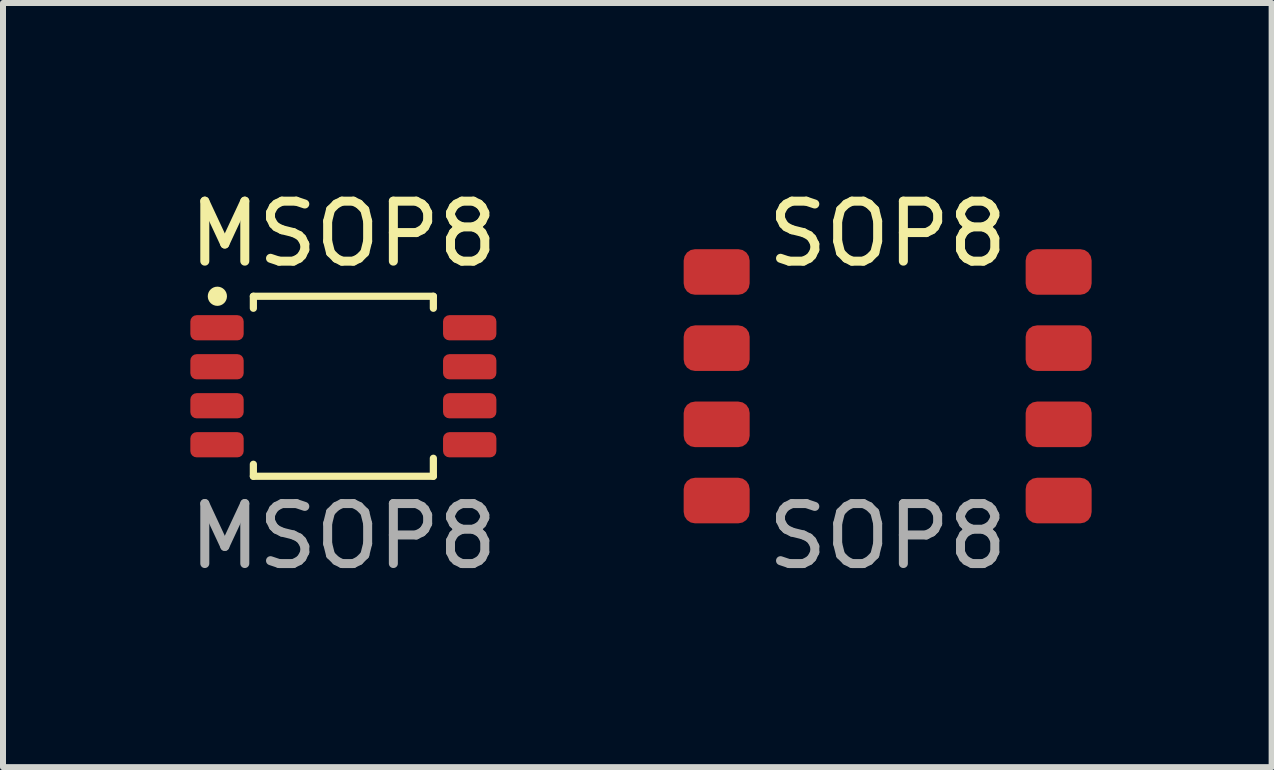
<source format=kicad_pcb>
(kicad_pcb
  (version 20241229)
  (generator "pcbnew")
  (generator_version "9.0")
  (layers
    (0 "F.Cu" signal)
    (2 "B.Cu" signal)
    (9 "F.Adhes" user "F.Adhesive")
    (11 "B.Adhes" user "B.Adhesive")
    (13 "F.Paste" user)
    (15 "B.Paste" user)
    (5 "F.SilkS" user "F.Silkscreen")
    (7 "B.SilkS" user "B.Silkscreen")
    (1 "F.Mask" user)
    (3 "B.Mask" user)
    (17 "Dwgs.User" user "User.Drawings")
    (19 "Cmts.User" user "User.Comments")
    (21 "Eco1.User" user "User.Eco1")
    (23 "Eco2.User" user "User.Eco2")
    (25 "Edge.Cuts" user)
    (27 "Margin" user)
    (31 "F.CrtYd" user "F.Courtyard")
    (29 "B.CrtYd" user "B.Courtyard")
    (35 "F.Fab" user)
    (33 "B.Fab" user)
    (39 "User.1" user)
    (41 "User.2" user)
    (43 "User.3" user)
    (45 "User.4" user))
  (footprint "SOP8"
    (layer "F.Cu")
    (at 11.745 3.388)
    (property "Reference" "SOP8" (at 0 -2.54 0) (unlocked yes) (layer "F.SilkS") (effects (font (size 1 1) (thickness 0.15))))
    (attr smd)
    (fp_text user "${REFERENCE}" (at 0 2.5 0) (unlocked yes) (layer "F.Fab") (effects (font (size 1 1) (thickness 0.15))))
    (pad "1" smd roundrect (at -2.85 -1.905) (size 1.1 0.76) (layers "F.Cu" "F.Mask" "F.Paste") (roundrect_rratio 0.25))
    (pad "2" smd roundrect (at -2.85 -0.635) (size 1.1 0.76) (layers "F.Cu" "F.Mask" "F.Paste") (roundrect_rratio 0.25))
    (pad "3" smd roundrect (at -2.85 0.635) (size 1.1 0.76) (layers "F.Cu" "F.Mask" "F.Paste") (roundrect_rratio 0.25))
    (pad "4" smd roundrect (at -2.85 1.905) (size 1.1 0.76) (layers "F.Cu" "F.Mask" "F.Paste") (roundrect_rratio 0.25))
    (pad "5" smd roundrect (at 2.85 1.905) (size 1.1 0.76) (layers "F.Cu" "F.Mask" "F.Paste") (roundrect_rratio 0.25))
    (pad "6" smd roundrect (at 2.85 0.635) (size 1.1 0.76) (layers "F.Cu" "F.Mask" "F.Paste") (roundrect_rratio 0.25))
    (pad "7" smd roundrect (at 2.85 -0.635) (size 1.1 0.76) (layers "F.Cu" "F.Mask" "F.Paste") (roundrect_rratio 0.25))
    (pad "8" smd roundrect (at 2.85 -1.905) (size 1.1 0.76) (layers "F.Cu" "F.Mask" "F.Paste") (roundrect_rratio 0.25)))
  (footprint "MSOP8"
    (layer "F.Cu")
    (at 2.673 3.388)
    (property "Reference" "MSOP8" (at 0 -2.54 0) (unlocked yes) (layer "F.SilkS") (effects (font (size 1 1) (thickness 0.15))))
    (attr smd)
    (fp_line (start -1.5 -1.5) (end -1.5 -1.3) (stroke (width 0.12) (type solid)) (layer "F.SilkS"))
    (fp_line (start -1.5 1.5) (end -1.5 1.3) (stroke (width 0.12) (type solid)) (layer "F.SilkS"))
    (fp_line (start 1.5 -1.5) (end -1.5 -1.5) (stroke (width 0.12) (type solid)) (layer "F.SilkS"))
    (fp_line (start 1.5 -1.5) (end 1.5 -1.3) (stroke (width 0.12) (type solid)) (layer "F.SilkS"))
    (fp_line (start 1.5 1.5) (end -1.5 1.5) (stroke (width 0.12) (type solid)) (layer "F.SilkS"))
    (fp_line (start 1.5 1.5) (end 1.5 1.2) (stroke (width 0.12) (type solid)) (layer "F.SilkS"))
    (fp_circle (center -2.1 -1.5) (end -2 -1.5) (stroke (width 0.12) (type solid)) (fill yes) (layer "F.SilkS"))
    (fp_text user "${REFERENCE}" (at 0 2.5 0) (unlocked yes) (layer "F.Fab") (effects (font (size 1 1) (thickness 0.15))))
    (pad "1" smd roundrect (at -2.106 -0.975) (size 0.889 0.42) (layers "F.Cu" "F.Mask" "F.Paste") (roundrect_rratio 0.25))
    (pad "2" smd roundrect (at -2.106 -0.325) (size 0.889 0.42) (layers "F.Cu" "F.Mask" "F.Paste") (roundrect_rratio 0.25))
    (pad "3" smd roundrect (at -2.106 0.325) (size 0.889 0.42) (layers "F.Cu" "F.Mask" "F.Paste") (roundrect_rratio 0.25))
    (pad "4" smd roundrect (at -2.106 0.975) (size 0.889 0.42) (layers "F.Cu" "F.Mask" "F.Paste") (roundrect_rratio 0.25))
    (pad "5" smd roundrect (at 2.106 0.975) (size 0.889 0.42) (layers "F.Cu" "F.Mask" "F.Paste") (roundrect_rratio 0.25))
    (pad "6" smd roundrect (at 2.106 0.325) (size 0.889 0.42) (layers "F.Cu" "F.Mask" "F.Paste") (roundrect_rratio 0.25))
    (pad "7" smd roundrect (at 2.106 -0.325) (size 0.889 0.42) (layers "F.Cu" "F.Mask" "F.Paste") (roundrect_rratio 0.25))
    (pad "8" smd roundrect (at 2.106 -0.975) (size 0.889 0.42) (layers "F.Cu" "F.Mask" "F.Paste") (roundrect_rratio 0.25)))
  (gr_rect
    (start -3 -3)
    (end 18.145 9.736)
    (stroke (width 0.1) (type default))
    (fill no)
    (layer "Edge.Cuts")))
</source>
